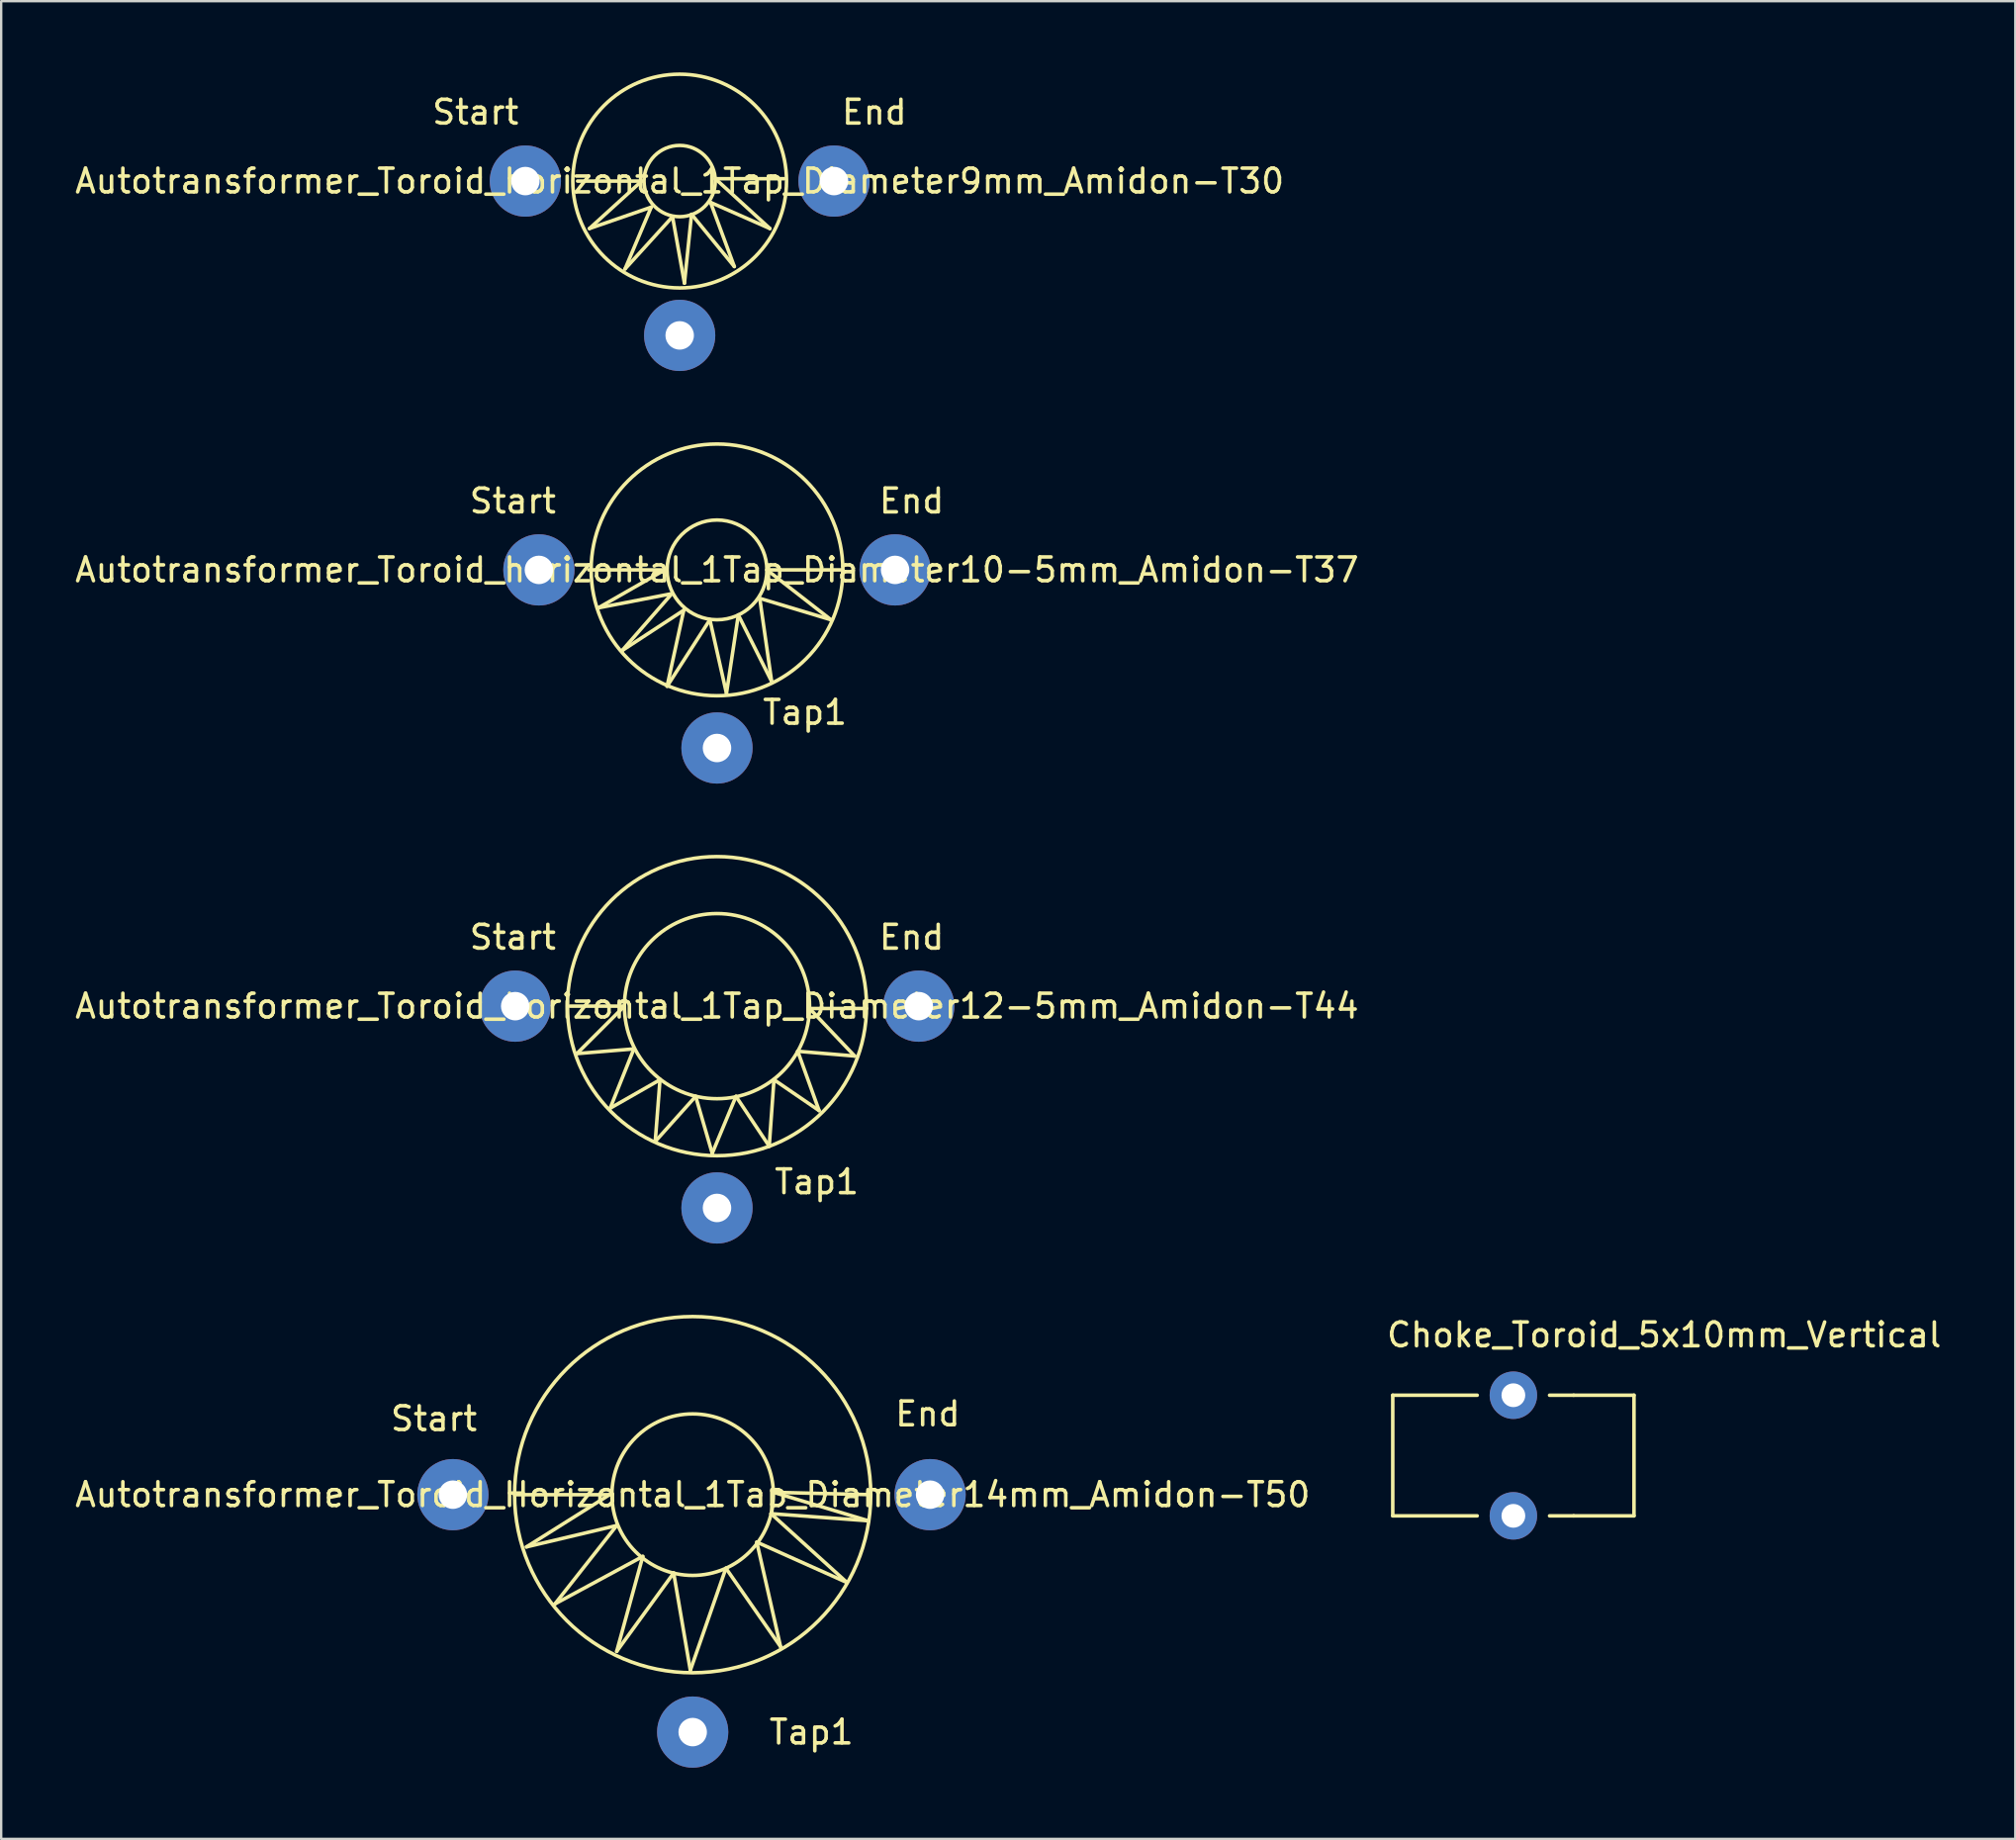
<source format=kicad_pcb>
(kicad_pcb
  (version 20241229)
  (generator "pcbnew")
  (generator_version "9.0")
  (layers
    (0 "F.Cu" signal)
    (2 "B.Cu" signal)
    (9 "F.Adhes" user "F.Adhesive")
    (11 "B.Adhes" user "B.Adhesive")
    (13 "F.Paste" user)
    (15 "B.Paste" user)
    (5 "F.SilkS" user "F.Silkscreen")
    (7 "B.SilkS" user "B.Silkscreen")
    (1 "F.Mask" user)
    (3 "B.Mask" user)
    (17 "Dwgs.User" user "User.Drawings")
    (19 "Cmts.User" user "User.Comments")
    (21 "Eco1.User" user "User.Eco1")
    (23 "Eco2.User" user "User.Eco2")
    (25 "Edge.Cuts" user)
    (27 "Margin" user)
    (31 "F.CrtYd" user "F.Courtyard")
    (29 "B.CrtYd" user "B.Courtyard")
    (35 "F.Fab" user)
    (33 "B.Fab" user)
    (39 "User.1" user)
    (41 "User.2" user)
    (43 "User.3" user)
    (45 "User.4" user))
  (footprint "Autotransformer_Toroid_Horizontal_1Tap_Diameter14mm_Amidon-T50"
    (layer "F.Cu")
    (at 26.125 59.901)
    (property "Reference" "Autotransformer_Toroid_Horizontal_1Tap_Diameter14mm_Amidon-T50" (at 0 0 0) (layer "F.SilkS") (effects (font (size 1 1) (thickness 0.15))))
    (attr through_hole)
    (fp_line (start -7.501 0) (end -3.5 0) (stroke (width 0.15) (type solid)) (layer "F.SilkS"))
    (fp_line (start -7 2.2) (end -3.2 1.3) (stroke (width 0.15) (type solid)) (layer "F.SilkS"))
    (fp_line (start -5.799 4.6) (end -2.101 2.601) (stroke (width 0.15) (type solid)) (layer "F.SilkS"))
    (fp_line (start -3.5 0) (end -7 2.2) (stroke (width 0.15) (type solid)) (layer "F.SilkS"))
    (fp_line (start -3.2 1.3) (end -5.799 4.6) (stroke (width 0.15) (type solid)) (layer "F.SilkS"))
    (fp_line (start -3.2 6.599) (end -0.8 3.299) (stroke (width 0.15) (type solid)) (layer "F.SilkS"))
    (fp_line (start -2.101 2.601) (end -3.2 6.599) (stroke (width 0.15) (type solid)) (layer "F.SilkS"))
    (fp_line (start -0.8 3.299) (end -0.099 7.399) (stroke (width 0.15) (type solid)) (layer "F.SilkS"))
    (fp_line (start -0.099 7.399) (end 1.4 3.099) (stroke (width 0.15) (type solid)) (layer "F.SilkS"))
    (fp_line (start 1.4 3.099) (end 3.701 6.401) (stroke (width 0.15) (type solid)) (layer "F.SilkS"))
    (fp_line (start 2.7 1.999) (end 6.5 3.701) (stroke (width 0.15) (type solid)) (layer "F.SilkS"))
    (fp_line (start 3.299 0.8) (end 7.399 1.1) (stroke (width 0.15) (type solid)) (layer "F.SilkS"))
    (fp_line (start 3.401 -0.099) (end 7.501 0) (stroke (width 0.15) (type solid)) (layer "F.SilkS"))
    (fp_line (start 3.701 6.401) (end 2.7 1.999) (stroke (width 0.15) (type solid)) (layer "F.SilkS"))
    (fp_line (start 6.5 3.701) (end 3.299 0.8) (stroke (width 0.15) (type solid)) (layer "F.SilkS"))
    (fp_line (start 7.399 1.1) (end 3.401 -0.099) (stroke (width 0.15) (type solid)) (layer "F.SilkS"))
    (fp_circle (center 0 0) (end 3.401 0) (stroke (width 0.15) (type solid)) (fill no) (layer "F.SilkS"))
    (fp_circle (center 0 0) (end 7.501 0) (stroke (width 0.15) (type solid)) (fill no) (layer "F.SilkS"))
    (fp_text user "Start" (at -10.899 -3.2 0) (layer "F.SilkS") (effects (font (size 1 1) (thickness 0.15))))
    (fp_text user "End" (at 9.901 -3.401 0) (layer "F.SilkS") (effects (font (size 1 1) (thickness 0.15))))
    (fp_text user "Tap1" (at 5.001 10 0) (layer "F.SilkS") (effects (font (size 1 1) (thickness 0.15))))
    (pad "1" thru_hole circle (at -10.099 0) (size 3 3) (drill 1.199) (layers "*.Cu" "*.Mask"))
    (pad "2" thru_hole circle (at 0 10) (size 3 3) (drill 1.199) (layers "*.Cu" "*.Mask"))
    (pad "3" thru_hole circle (at 10 0) (size 3 3) (drill 1.199) (layers "*.Cu" "*.Mask")))
  (footprint "Autotransformer_Toroid_horizontal_1Tap_Diameter9mm_Amidon-T30"
    (layer "F.Cu")
    (at 25.577 4.576)
    (property "Reference" "Autotransformer_Toroid_horizontal_1Tap_Diameter9mm_Amidon-T30" (at 0 0 0) (layer "F.SilkS") (effects (font (size 1 1) (thickness 0.15))))
    (attr through_hole)
    (fp_line (start -4.3 0) (end -1.6 0) (stroke (width 0.15) (type solid)) (layer "F.SilkS"))
    (fp_line (start -3.8 1.999) (end -1.199 1.1) (stroke (width 0.15) (type solid)) (layer "F.SilkS"))
    (fp_line (start -2.301 3.701) (end -0.3 1.501) (stroke (width 0.15) (type solid)) (layer "F.SilkS"))
    (fp_line (start -1.6 0) (end -3.8 1.999) (stroke (width 0.15) (type solid)) (layer "F.SilkS"))
    (fp_line (start -1.199 1.1) (end -2.301 3.701) (stroke (width 0.15) (type solid)) (layer "F.SilkS"))
    (fp_line (start -0.3 1.501) (end 0.201 4.3) (stroke (width 0.15) (type solid)) (layer "F.SilkS"))
    (fp_line (start 0.201 4.3) (end 0.5 1.4) (stroke (width 0.15) (type solid)) (layer "F.SilkS"))
    (fp_line (start 0.5 1.4) (end 2.301 3.599) (stroke (width 0.15) (type solid)) (layer "F.SilkS"))
    (fp_line (start 1.3 0.899) (end 3.8 1.999) (stroke (width 0.15) (type solid)) (layer "F.SilkS"))
    (fp_line (start 1.501 -0.099) (end 4.399 -0.099) (stroke (width 0.15) (type solid)) (layer "F.SilkS"))
    (fp_line (start 2.301 3.599) (end 1.3 0.899) (stroke (width 0.15) (type solid)) (layer "F.SilkS"))
    (fp_line (start 3.8 1.999) (end 1.501 -0.099) (stroke (width 0.15) (type solid)) (layer "F.SilkS"))
    (fp_circle (center 0 0) (end 1.501 0) (stroke (width 0.15) (type solid)) (fill no) (layer "F.SilkS"))
    (fp_circle (center 0 0) (end 4.501 0) (stroke (width 0.15) (type solid)) (fill no) (layer "F.SilkS"))
    (fp_text user "Start" (at -8.6 -2.901 0) (layer "F.SilkS") (effects (font (size 1 1) (thickness 0.15))))
    (fp_text user "End" (at 8.199 -2.901 0) (layer "F.SilkS") (effects (font (size 1 1) (thickness 0.15))))
    (pad "1" thru_hole circle (at -6.5 0) (size 3 3) (drill 1.199) (layers "*.Cu" "*.Mask"))
    (pad "2" thru_hole circle (at 0 6.5) (size 3 3) (drill 1.199) (layers "*.Cu" "*.Mask"))
    (pad "3" thru_hole circle (at 6.5 0) (size 3 3) (drill 1.199) (layers "*.Cu" "*.Mask")))
  (footprint "Autotransformer_Toroid_horizontal_1Tap_Diameter12-5mm_Amidon-T44"
    (layer "F.Cu")
    (at 27.149 39.326)
    (property "Reference" "Autotransformer_Toroid_horizontal_1Tap_Diameter12-5mm_Amidon-T44" (at 0 0 0) (layer "F.SilkS") (effects (font (size 1 1) (thickness 0.15))))
    (attr through_hole)
    (fp_line (start -6.2 0) (end -3.899 0) (stroke (width 0.15) (type solid)) (layer "F.SilkS"))
    (fp_line (start -5.9 1.999) (end -3.5 1.801) (stroke (width 0.15) (type solid)) (layer "F.SilkS"))
    (fp_line (start -4.501 4.3) (end -2.4 3.099) (stroke (width 0.15) (type solid)) (layer "F.SilkS"))
    (fp_line (start -3.899 0) (end -5.9 1.999) (stroke (width 0.15) (type solid)) (layer "F.SilkS"))
    (fp_line (start -3.5 1.801) (end -4.501 4.3) (stroke (width 0.15) (type solid)) (layer "F.SilkS"))
    (fp_line (start -2.601 5.7) (end -0.899 3.8) (stroke (width 0.15) (type solid)) (layer "F.SilkS"))
    (fp_line (start -2.4 3.099) (end -2.601 5.7) (stroke (width 0.15) (type solid)) (layer "F.SilkS"))
    (fp_line (start -0.899 3.8) (end -0.201 6.2) (stroke (width 0.15) (type solid)) (layer "F.SilkS"))
    (fp_line (start -0.201 6.2) (end 0.8 3.8) (stroke (width 0.15) (type solid)) (layer "F.SilkS"))
    (fp_line (start 0.8 3.8) (end 2.2 5.9) (stroke (width 0.15) (type solid)) (layer "F.SilkS"))
    (fp_line (start 2.2 5.9) (end 2.4 3.099) (stroke (width 0.15) (type solid)) (layer "F.SilkS"))
    (fp_line (start 2.4 3.099) (end 4.3 4.399) (stroke (width 0.15) (type solid)) (layer "F.SilkS"))
    (fp_line (start 3.401 1.9) (end 5.799 2.101) (stroke (width 0.15) (type solid)) (layer "F.SilkS"))
    (fp_line (start 3.899 0.099) (end 6.299 0.099) (stroke (width 0.15) (type solid)) (layer "F.SilkS"))
    (fp_line (start 4.3 4.399) (end 3.401 1.9) (stroke (width 0.15) (type solid)) (layer "F.SilkS"))
    (fp_line (start 5.799 2.101) (end 3.899 0.099) (stroke (width 0.15) (type solid)) (layer "F.SilkS"))
    (fp_circle (center 0 0) (end 3.899 0) (stroke (width 0.15) (type solid)) (fill no) (layer "F.SilkS"))
    (fp_circle (center 0 0) (end 6.299 0) (stroke (width 0.15) (type solid)) (fill no) (layer "F.SilkS"))
    (fp_text user "Tap1" (at 4.201 7.399 0) (layer "F.SilkS") (effects (font (size 1 1) (thickness 0.15))))
    (fp_text user "End" (at 8.199 -2.901 0) (layer "F.SilkS") (effects (font (size 1 1) (thickness 0.15))))
    (fp_text user "Start" (at -8.6 -2.901 0) (layer "F.SilkS") (effects (font (size 1 1) (thickness 0.15))))
    (pad "1" thru_hole circle (at -8.499 0) (size 3 3) (drill 1.199) (layers "*.Cu" "*.Mask"))
    (pad "2" thru_hole circle (at 0 8.499) (size 3 3) (drill 1.199) (layers "*.Cu" "*.Mask"))
    (pad "3" thru_hole circle (at 8.499 0) (size 3 3) (drill 1.199) (layers "*.Cu" "*.Mask")))
  (footprint "Autotransformer_Toroid_horizontal_1Tap_Diameter10-5mm_Amidon-T37"
    (layer "F.Cu")
    (at 27.149 20.952)
    (property "Reference" "Autotransformer_Toroid_horizontal_1Tap_Diameter10-5mm_Amidon-T37" (at 0 0 0) (layer "F.SilkS") (effects (font (size 1 1) (thickness 0.15))))
    (attr through_hole)
    (fp_line (start -5.4 0) (end -2.2 0) (stroke (width 0.15) (type solid)) (layer "F.SilkS"))
    (fp_line (start -5.001 1.6) (end -1.9 1.001) (stroke (width 0.15) (type solid)) (layer "F.SilkS"))
    (fp_line (start -4 3.401) (end -1.4 1.699) (stroke (width 0.15) (type solid)) (layer "F.SilkS"))
    (fp_line (start -2.2 0) (end -5.001 1.6) (stroke (width 0.15) (type solid)) (layer "F.SilkS"))
    (fp_line (start -2.101 4.9) (end -0.3 2.101) (stroke (width 0.15) (type solid)) (layer "F.SilkS"))
    (fp_line (start -1.9 1.001) (end -4 3.401) (stroke (width 0.15) (type solid)) (layer "F.SilkS"))
    (fp_line (start -1.4 1.699) (end -2.101 4.9) (stroke (width 0.15) (type solid)) (layer "F.SilkS"))
    (fp_line (start -0.3 2.101) (end 0.399 5.199) (stroke (width 0.15) (type solid)) (layer "F.SilkS"))
    (fp_line (start 0.399 5.199) (end 0.899 1.9) (stroke (width 0.15) (type solid)) (layer "F.SilkS"))
    (fp_line (start 0.899 1.9) (end 2.301 4.699) (stroke (width 0.15) (type solid)) (layer "F.SilkS"))
    (fp_line (start 1.801 1.199) (end 4.801 2.101) (stroke (width 0.15) (type solid)) (layer "F.SilkS"))
    (fp_line (start 2.101 0) (end 5.301 0) (stroke (width 0.15) (type solid)) (layer "F.SilkS"))
    (fp_line (start 2.301 4.699) (end 1.801 1.199) (stroke (width 0.15) (type solid)) (layer "F.SilkS"))
    (fp_line (start 4.801 2.101) (end 2.101 0) (stroke (width 0.15) (type solid)) (layer "F.SilkS"))
    (fp_circle (center 0 0) (end 2.101 0) (stroke (width 0.15) (type solid)) (fill no) (layer "F.SilkS"))
    (fp_circle (center 0 0) (end 5.301 0) (stroke (width 0.15) (type solid)) (fill no) (layer "F.SilkS"))
    (fp_text user "Tap1" (at 3.701 5.999 0) (layer "F.SilkS") (effects (font (size 1 1) (thickness 0.15))))
    (fp_text user "End" (at 8.199 -2.901 0) (layer "F.SilkS") (effects (font (size 1 1) (thickness 0.15))))
    (fp_text user "Start" (at -8.6 -2.901 0) (layer "F.SilkS") (effects (font (size 1 1) (thickness 0.15))))
    (pad "1" thru_hole circle (at -7.501 0) (size 3 3) (drill 1.199) (layers "*.Cu" "*.Mask"))
    (pad "2" thru_hole circle (at 0 7.501) (size 3 3) (drill 1.199) (layers "*.Cu" "*.Mask"))
    (pad "3" thru_hole circle (at 7.501 0) (size 3 3) (drill 1.199) (layers "*.Cu" "*.Mask")))
  (footprint "Choke_Toroid_5x10mm_Vertical"
    (layer "F.Cu")
    (at 55.612 60.793)
    (property "Reference" "Choke_Toroid_5x10mm_Vertical" (at 11.43 -7.62 0) (layer "F.SilkS") (effects (font (size 1 1) (thickness 0.15))))
    (attr through_hole)
    (fp_line (start 0 -5.08) (end 0 0) (stroke (width 0.15) (type solid)) (layer "F.SilkS"))
    (fp_line (start 0 -5.08) (end 3.556 -5.08) (stroke (width 0.15) (type solid)) (layer "F.SilkS"))
    (fp_line (start 0 0) (end 3.556 0) (stroke (width 0.15) (type solid)) (layer "F.SilkS"))
    (fp_line (start 7.62 -5.08) (end 6.604 -5.08) (stroke (width 0.15) (type solid)) (layer "F.SilkS"))
    (fp_line (start 7.62 0) (end 6.604 0) (stroke (width 0.15) (type solid)) (layer "F.SilkS"))
    (fp_line (start 10.16 -5.08) (end 7.62 -5.08) (stroke (width 0.15) (type solid)) (layer "F.SilkS"))
    (fp_line (start 10.16 0) (end 7.62 0) (stroke (width 0.15) (type solid)) (layer "F.SilkS"))
    (fp_line (start 10.16 0) (end 10.16 -5.08) (stroke (width 0.15) (type solid)) (layer "F.SilkS"))
    (pad "1" thru_hole circle (at 5.08 0) (size 1.999 1.999) (drill 1.001) (layers "*.Cu" "*.Mask"))
    (pad "2" thru_hole circle (at 5.08 -5.08) (size 1.999 1.999) (drill 1.001) (layers "*.Cu" "*.Mask")))
  (gr_rect
    (start -3 -3)
    (end 81.833 74.4)
    (stroke (width 0.1) (type default))
    (fill no)
    (layer "Edge.Cuts")))
</source>
